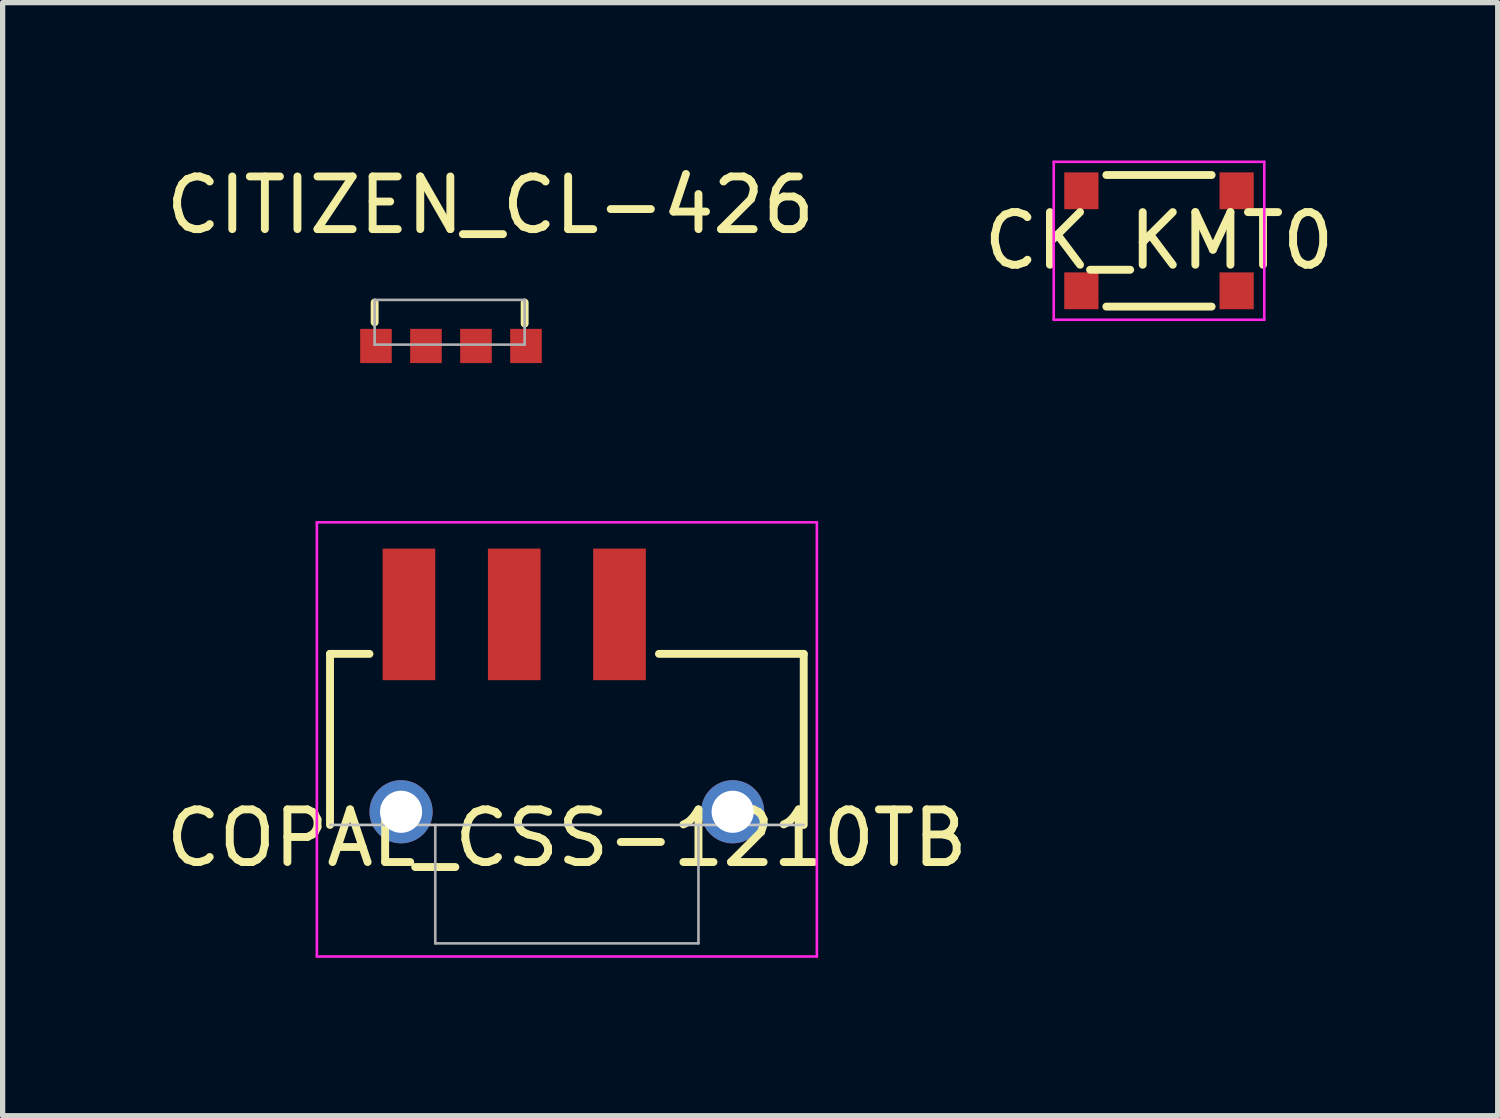
<source format=kicad_pcb>
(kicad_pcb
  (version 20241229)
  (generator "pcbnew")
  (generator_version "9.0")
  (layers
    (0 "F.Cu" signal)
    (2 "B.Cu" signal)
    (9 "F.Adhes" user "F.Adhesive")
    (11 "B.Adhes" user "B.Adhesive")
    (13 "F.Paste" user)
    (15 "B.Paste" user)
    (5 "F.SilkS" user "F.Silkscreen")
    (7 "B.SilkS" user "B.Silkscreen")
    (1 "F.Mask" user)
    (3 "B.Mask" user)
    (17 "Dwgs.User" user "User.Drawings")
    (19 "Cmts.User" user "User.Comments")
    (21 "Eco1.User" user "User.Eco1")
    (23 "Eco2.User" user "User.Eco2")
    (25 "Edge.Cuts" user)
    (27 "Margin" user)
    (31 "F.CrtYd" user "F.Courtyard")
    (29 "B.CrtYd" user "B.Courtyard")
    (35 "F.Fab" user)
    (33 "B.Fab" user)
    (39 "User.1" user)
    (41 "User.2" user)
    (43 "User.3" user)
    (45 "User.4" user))
  (footprint "CITIZEN_CL-426"
    (layer "F.Cu")
    (at 5.518 3.073)
    (property "Reference" "CITIZEN_CL-426" (at 0.75 -2.225 0) (layer "F.SilkS") (effects (font (size 1 1) (thickness 0.15))))
    (attr through_hole)
    (fp_line (start -1.45 -0.375) (end -1.45 0) (stroke (width 0.15) (type solid)) (layer "F.SilkS"))
    (fp_line (start 1.4 -0.375) (end 1.4 0.025) (stroke (width 0.15) (type solid)) (layer "F.SilkS"))
    (fp_line (start -1.45 -0.425) (end -1.45 0.425) (stroke (width 0.05) (type solid)) (layer "F.Fab"))
    (fp_line (start -1.45 0.425) (end 1.4 0.425) (stroke (width 0.05) (type solid)) (layer "F.Fab"))
    (fp_line (start 1.4 -0.425) (end -1.45 -0.425) (stroke (width 0.05) (type solid)) (layer "F.Fab"))
    (fp_line (start 1.4 0.425) (end 1.4 -0.425) (stroke (width 0.05) (type solid)) (layer "F.Fab"))
    (pad "1" smd rect (at -1.425 0.45) (size 0.6 0.65) (layers "F.Cu" "F.Mask" "F.Paste"))
    (pad "2" smd rect (at -0.475 0.45) (size 0.6 0.65) (layers "F.Cu" "F.Mask" "F.Paste"))
    (pad "3" smd rect (at 0.475 0.45) (size 0.6 0.65) (layers "F.Cu" "F.Mask" "F.Paste"))
    (pad "4" smd rect (at 1.425 0.45) (size 0.6 0.65) (layers "F.Cu" "F.Mask" "F.Paste")))
  (footprint "COPAL_CSS-1210TB"
    (layer "F.Cu")
    (at 7.72 12.373)
    (property "Reference" "COPAL_CSS-1210TB" (at 0 0.5 0) (layer "F.SilkS") (effects (font (size 1 1) (thickness 0.15))))
    (attr through_hole)
    (fp_line (start -4.5 -3) (end -3.75 -3) (stroke (width 0.15) (type solid)) (layer "F.SilkS"))
    (fp_line (start -4.5 0.25) (end -4.5 -3) (stroke (width 0.15) (type solid)) (layer "F.SilkS"))
    (fp_line (start 1.75 -3) (end 4.5 -3) (stroke (width 0.15) (type solid)) (layer "F.SilkS"))
    (fp_line (start 4.5 -3) (end 4.5 0.25) (stroke (width 0.15) (type solid)) (layer "F.SilkS"))
    (fp_line (start -4.5 0.25) (end 4.5 0.25) (stroke (width 0.05) (type solid)) (layer "Dwgs.User"))
    (fp_line (start -4.75 -5.5) (end -4.75 2.75) (stroke (width 0.05) (type solid)) (layer "F.CrtYd"))
    (fp_line (start -4.75 2.75) (end 4.75 2.75) (stroke (width 0.05) (type solid)) (layer "F.CrtYd"))
    (fp_line (start 4.75 -5.5) (end -4.75 -5.5) (stroke (width 0.05) (type solid)) (layer "F.CrtYd"))
    (fp_line (start 4.75 2.75) (end 4.75 -5.5) (stroke (width 0.05) (type solid)) (layer "F.CrtYd"))
    (fp_line (start -2.5 0.25) (end -2.5 2.5) (stroke (width 0.05) (type solid)) (layer "F.Fab"))
    (fp_line (start -2.5 2.5) (end 2.5 2.5) (stroke (width 0.05) (type solid)) (layer "F.Fab"))
    (fp_line (start 2.5 2.5) (end 2.5 0.25) (stroke (width 0.05) (type solid)) (layer "F.Fab"))
    (pad "" thru_hole circle (at -3.15 0) (size 1.2 1.2) (drill 0.8) (layers "*.Cu" "*.Mask"))
    (pad "" thru_hole circle (at 3.15 0) (size 1.2 1.2) (drill 0.8) (layers "*.Cu" "*.Mask"))
    (pad "1" smd rect (at -3 -3.75) (size 1 2.5) (layers "F.Cu" "F.Mask" "F.Paste"))
    (pad "2" smd rect (at -1 -3.75) (size 1 2.5) (layers "F.Cu" "F.Mask" "F.Paste"))
    (pad "COM" smd rect (at 1 -3.75) (size 1 2.5) (layers "F.Cu" "F.Mask" "F.Paste")))
  (footprint "CK_KMT0"
    (layer "F.Cu")
    (at 18.97 1.525)
    (property "Reference" "CK_KMT0" (at 0 0 0) (layer "F.SilkS") (effects (font (size 1 1) (thickness 0.15))))
    (attr through_hole)
    (fp_line (start 1 -1.25) (end -1 -1.25) (stroke (width 0.15) (type solid)) (layer "F.SilkS"))
    (fp_line (start 1 1.25) (end -1 1.25) (stroke (width 0.15) (type solid)) (layer "F.SilkS"))
    (fp_line (start -2 -1.5) (end 2 -1.5) (stroke (width 0.05) (type solid)) (layer "F.CrtYd"))
    (fp_line (start -2 1.5) (end -2 -1.5) (stroke (width 0.05) (type solid)) (layer "F.CrtYd"))
    (fp_line (start 2 -1.5) (end 2 1.5) (stroke (width 0.05) (type solid)) (layer "F.CrtYd"))
    (fp_line (start 2 1.5) (end -2 1.5) (stroke (width 0.05) (type solid)) (layer "F.CrtYd"))
    (pad "1" smd rect (at -1.475 -0.95) (size 0.65 0.7) (layers "F.Cu" "F.Mask" "F.Paste"))
    (pad "2" smd rect (at 1.475 -0.95) (size 0.65 0.7) (layers "F.Cu" "F.Mask" "F.Paste"))
    (pad "3" smd rect (at -1.475 0.95) (size 0.65 0.7) (layers "F.Cu" "F.Mask" "F.Paste"))
    (pad "4" smd rect (at 1.475 0.95) (size 0.65 0.7) (layers "F.Cu" "F.Mask" "F.Paste")))
  (gr_rect
    (start -3 -3)
    (end 25.405 18.148)
    (stroke (width 0.1) (type default))
    (fill no)
    (layer "Edge.Cuts")))
</source>
